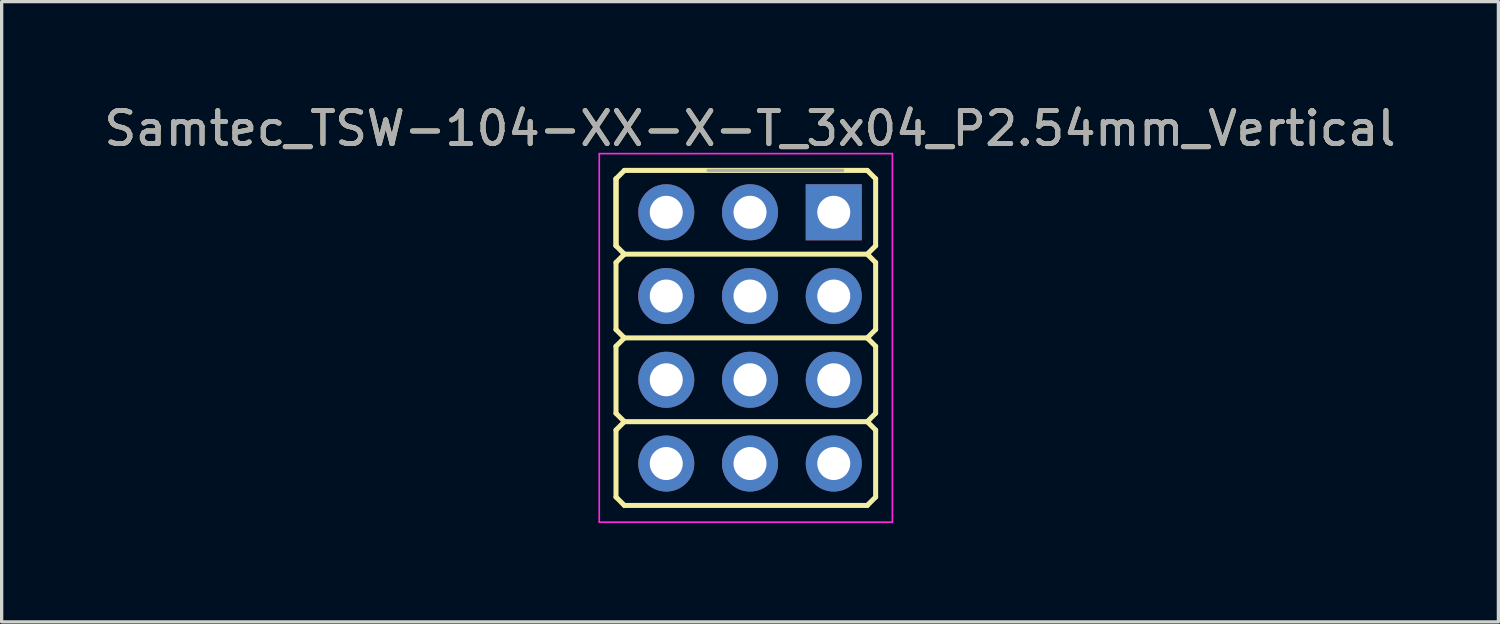
<source format=kicad_pcb>
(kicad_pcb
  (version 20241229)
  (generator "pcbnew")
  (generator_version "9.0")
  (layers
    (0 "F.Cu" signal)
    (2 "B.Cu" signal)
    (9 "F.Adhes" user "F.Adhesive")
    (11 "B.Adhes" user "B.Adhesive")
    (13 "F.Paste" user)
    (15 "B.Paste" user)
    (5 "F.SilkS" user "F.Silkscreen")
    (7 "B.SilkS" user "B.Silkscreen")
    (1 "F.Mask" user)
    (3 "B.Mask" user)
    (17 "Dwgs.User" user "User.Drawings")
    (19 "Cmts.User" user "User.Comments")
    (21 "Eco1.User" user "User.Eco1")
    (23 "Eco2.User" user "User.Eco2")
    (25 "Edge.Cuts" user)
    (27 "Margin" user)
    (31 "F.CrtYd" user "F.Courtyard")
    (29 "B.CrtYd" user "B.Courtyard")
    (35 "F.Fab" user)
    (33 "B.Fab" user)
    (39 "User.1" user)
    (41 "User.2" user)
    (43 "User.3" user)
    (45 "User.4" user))
  (footprint "Samtec_TSW-104-XX-X-T_3x04_P2.54mm_Vertical"
    (layer "F.Cu")
    (at 22.236 3.388)
    (property "Reference" "Samtec_TSW-104-XX-X-T_3x04_P2.54mm_Vertical" (at -2.54 -2.54 0) (layer "F.SilkS") (effects (font (size 1 1) (thickness 0.15))))
    (attr through_hole)
    (fp_line (start -6.604 -1.016) (end -6.604 1.016) (stroke (width 0.152) (type solid)) (layer "F.SilkS"))
    (fp_line (start -6.604 -1.016) (end -6.604 1.016) (stroke (width 0.152) (type solid)) (layer "F.SilkS"))
    (fp_line (start -6.604 1.016) (end -6.35 1.27) (stroke (width 0.152) (type solid)) (layer "F.SilkS"))
    (fp_line (start -6.604 1.524) (end -6.604 3.556) (stroke (width 0.152) (type solid)) (layer "F.SilkS"))
    (fp_line (start -6.604 1.524) (end -6.35 1.27) (stroke (width 0.152) (type solid)) (layer "F.SilkS"))
    (fp_line (start -6.604 3.556) (end -6.35 3.81) (stroke (width 0.152) (type solid)) (layer "F.SilkS"))
    (fp_line (start -6.604 4.064) (end -6.604 6.096) (stroke (width 0.152) (type solid)) (layer "F.SilkS"))
    (fp_line (start -6.604 6.096) (end -6.35 6.35) (stroke (width 0.152) (type solid)) (layer "F.SilkS"))
    (fp_line (start -6.604 6.604) (end -6.604 8.636) (stroke (width 0.152) (type solid)) (layer "F.SilkS"))
    (fp_line (start -6.604 8.636) (end -6.35 8.89) (stroke (width 0.152) (type solid)) (layer "F.SilkS"))
    (fp_line (start -6.35 -1.27) (end -6.604 -1.016) (stroke (width 0.152) (type solid)) (layer "F.SilkS"))
    (fp_line (start -6.35 -1.27) (end 1.016 -1.27) (stroke (width 0.152) (type solid)) (layer "F.SilkS"))
    (fp_line (start -6.35 1.27) (end 1.016 1.27) (stroke (width 0.152) (type solid)) (layer "F.SilkS"))
    (fp_line (start -6.35 3.81) (end -6.604 4.064) (stroke (width 0.152) (type solid)) (layer "F.SilkS"))
    (fp_line (start -6.35 3.81) (end 1.016 3.81) (stroke (width 0.152) (type solid)) (layer "F.SilkS"))
    (fp_line (start -6.35 6.35) (end -6.604 6.604) (stroke (width 0.152) (type solid)) (layer "F.SilkS"))
    (fp_line (start -6.35 6.35) (end 1.016 6.35) (stroke (width 0.152) (type solid)) (layer "F.SilkS"))
    (fp_line (start -6.35 8.89) (end 1.016 8.89) (stroke (width 0.152) (type solid)) (layer "F.SilkS"))
    (fp_line (start 1.016 -1.27) (end 1.27 -1.016) (stroke (width 0.152) (type solid)) (layer "F.SilkS"))
    (fp_line (start 1.016 1.27) (end 1.27 1.016) (stroke (width 0.152) (type solid)) (layer "F.SilkS"))
    (fp_line (start 1.016 3.81) (end 1.27 3.556) (stroke (width 0.152) (type solid)) (layer "F.SilkS"))
    (fp_line (start 1.016 6.35) (end 1.27 6.096) (stroke (width 0.152) (type solid)) (layer "F.SilkS"))
    (fp_line (start 1.016 8.89) (end 1.27 8.636) (stroke (width 0.152) (type solid)) (layer "F.SilkS"))
    (fp_line (start 1.27 -1.016) (end 1.27 1.016) (stroke (width 0.152) (type solid)) (layer "F.SilkS"))
    (fp_line (start 1.27 1.524) (end 1.016 1.27) (stroke (width 0.152) (type solid)) (layer "F.SilkS"))
    (fp_line (start 1.27 1.524) (end 1.27 3.556) (stroke (width 0.152) (type solid)) (layer "F.SilkS"))
    (fp_line (start 1.27 4.064) (end 1.016 3.81) (stroke (width 0.152) (type solid)) (layer "F.SilkS"))
    (fp_line (start 1.27 4.064) (end 1.27 6.096) (stroke (width 0.152) (type solid)) (layer "F.SilkS"))
    (fp_line (start 1.27 6.604) (end 1.016 6.35) (stroke (width 0.152) (type solid)) (layer "F.SilkS"))
    (fp_line (start 1.27 6.604) (end 1.27 8.636) (stroke (width 0.152) (type solid)) (layer "F.SilkS"))
    (fp_line (start -7.112 -1.778) (end 1.778 -1.778) (stroke (width 0.05) (type solid)) (layer "F.CrtYd"))
    (fp_line (start -7.112 9.398) (end -7.112 -1.778) (stroke (width 0.05) (type solid)) (layer "F.CrtYd"))
    (fp_line (start 1.778 -1.778) (end 1.778 9.398) (stroke (width 0.05) (type solid)) (layer "F.CrtYd"))
    (fp_line (start 1.778 9.398) (end -7.112 9.398) (stroke (width 0.05) (type solid)) (layer "F.CrtYd"))
    (fp_line (start -3.81 -1.27) (end 0.27 -1.27) (stroke (width 0.1) (type solid)) (layer "F.Fab"))
    (fp_text user "${REFERENCE}" (at -2.54 -2.54 180) (layer "F.Fab") (effects (font (size 1 1) (thickness 0.15))))
    (pad "1" thru_hole rect (at 0 0) (size 1.7 1.7) (drill 1) (layers "*.Cu" "*.Mask"))
    (pad "2" thru_hole oval (at -2.54 0) (size 1.7 1.7) (drill 1) (layers "*.Cu" "*.Mask"))
    (pad "3" thru_hole oval (at -5.08 0) (size 1.7 1.7) (drill 1) (layers "*.Cu" "*.Mask"))
    (pad "4" thru_hole oval (at 0 2.54) (size 1.7 1.7) (drill 1) (layers "*.Cu" "*.Mask"))
    (pad "5" thru_hole oval (at -2.54 2.54) (size 1.7 1.7) (drill 1) (layers "*.Cu" "*.Mask"))
    (pad "6" thru_hole oval (at -5.08 2.54) (size 1.7 1.7) (drill 1) (layers "*.Cu" "*.Mask"))
    (pad "7" thru_hole oval (at 0 5.08) (size 1.7 1.7) (drill 1) (layers "*.Cu" "*.Mask"))
    (pad "8" thru_hole oval (at -2.54 5.08) (size 1.7 1.7) (drill 1) (layers "*.Cu" "*.Mask"))
    (pad "9" thru_hole oval (at -5.08 5.08) (size 1.7 1.7) (drill 1) (layers "*.Cu" "*.Mask"))
    (pad "10" thru_hole oval (at 0 7.62) (size 1.7 1.7) (drill 1) (layers "*.Cu" "*.Mask"))
    (pad "11" thru_hole oval (at -2.54 7.62) (size 1.7 1.7) (drill 1) (layers "*.Cu" "*.Mask"))
    (pad "12" thru_hole oval (at -5.08 7.62) (size 1.7 1.7) (drill 1) (layers "*.Cu" "*.Mask")))
  (gr_rect
    (start -3 -3)
    (end 42.393 15.811)
    (stroke (width 0.1) (type default))
    (fill no)
    (layer "Edge.Cuts")))
</source>
